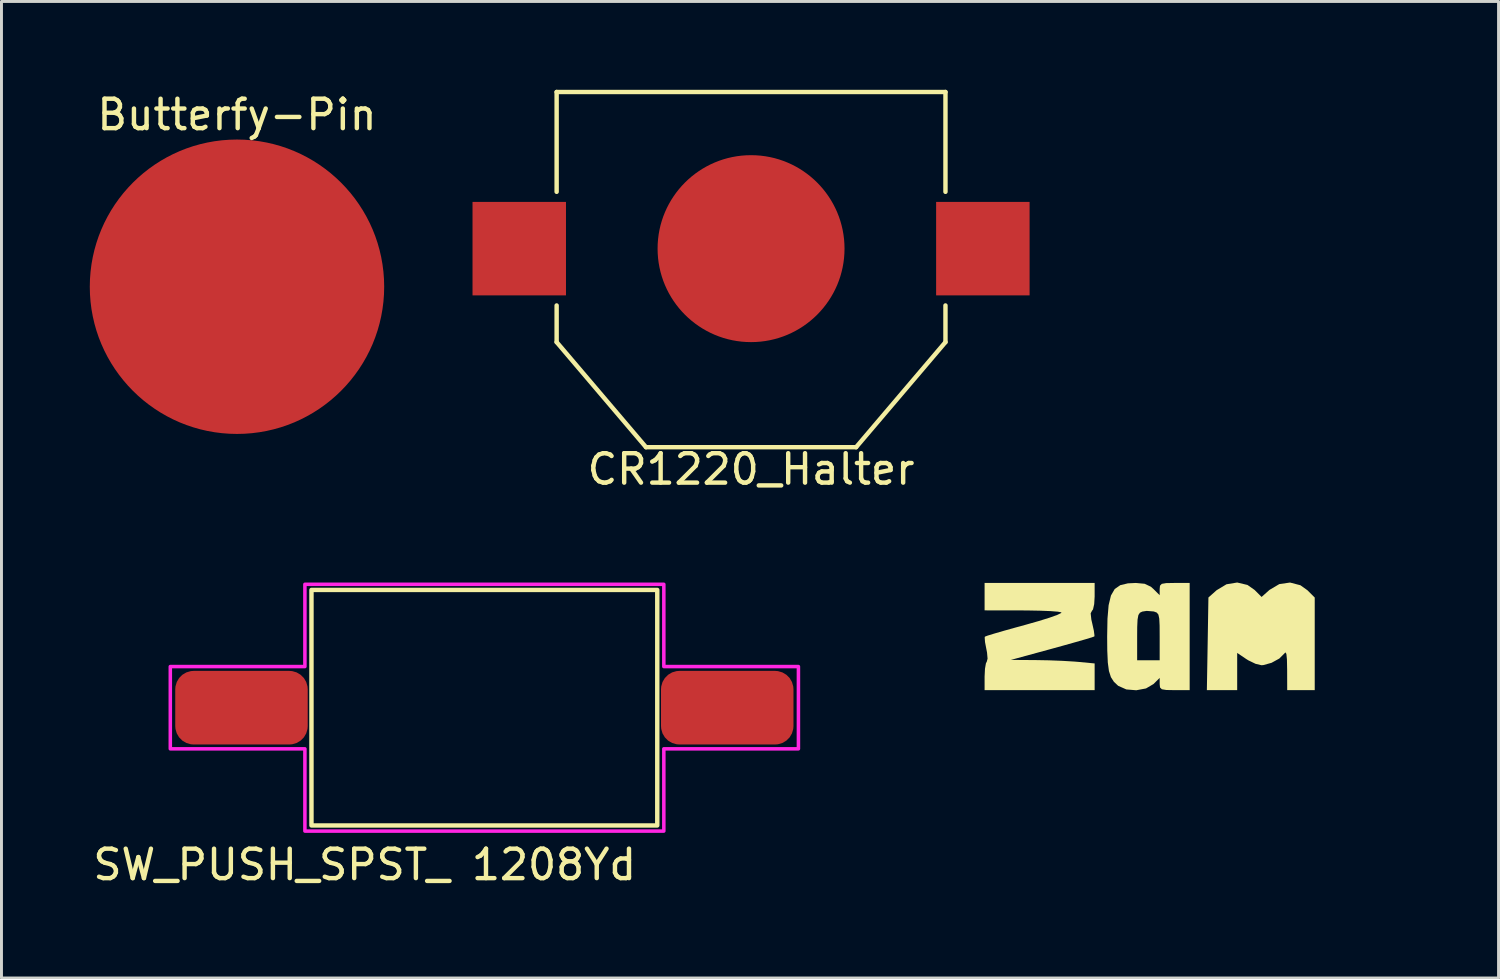
<source format=kicad_pcb>
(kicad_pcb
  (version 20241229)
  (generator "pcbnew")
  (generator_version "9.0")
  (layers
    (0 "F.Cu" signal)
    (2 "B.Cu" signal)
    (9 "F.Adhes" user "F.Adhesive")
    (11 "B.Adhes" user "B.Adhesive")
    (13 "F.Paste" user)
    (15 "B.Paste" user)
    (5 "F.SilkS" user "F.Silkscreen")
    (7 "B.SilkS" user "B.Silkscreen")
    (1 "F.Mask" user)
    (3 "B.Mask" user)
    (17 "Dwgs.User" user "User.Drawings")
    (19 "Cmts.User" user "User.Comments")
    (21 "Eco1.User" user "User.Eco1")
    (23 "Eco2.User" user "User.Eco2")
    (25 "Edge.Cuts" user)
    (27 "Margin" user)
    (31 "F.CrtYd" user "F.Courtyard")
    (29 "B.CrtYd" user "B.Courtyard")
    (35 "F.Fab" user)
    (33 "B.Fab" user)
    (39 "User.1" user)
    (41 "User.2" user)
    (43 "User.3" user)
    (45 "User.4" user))
  (footprint "Butterfy-Pin"
    (layer "F.Cu")
    (at 5 6.69)
    (property "Reference" "Butterfy-Pin" (at 0 -5.842 0) (unlocked yes) (layer "F.SilkS") (effects (font (size 1 1) (thickness 0.15))))
    (attr smd)
    (pad "1" smd circle (at 0 0) (size 10 10) (layers "F.Cu" "F.Mask" "F.Paste")))
  (footprint "SW_PUSH_SPST_ 1208Yd"
    (layer "F.Cu")
    (at 13.403 20.989)
    (property "Reference" "SW_PUSH_SPST_ 1208Yd" (at -4.064 5.334 0) (unlocked yes) (layer "F.SilkS") (effects (font (size 1 1) (thickness 0.15))))
    (attr smd)
    (fp_rect (start -5.873 -4) (end 5.873 4) (stroke (width 0.15) (type default)) (fill no) (layer "F.SilkS"))
    (fp_poly (pts (xy -10.668 -1.397) (xy -6.096 -1.397) (xy -6.096 -4.191) (xy 6.096 -4.191) (xy 6.096 -1.397) (xy 10.668 -1.397) (xy 10.668 1.397) (xy 6.096 1.397) (xy 6.096 4.191) (xy -6.096 4.191) (xy -6.096 1.397) (xy -10.668 1.397)) (stroke (width 0.12) (type solid)) (fill no) (layer "F.CrtYd"))
    (pad "1" smd roundrect (at -8.25 0) (size 4.5 2.5) (layers "F.Cu" "F.Mask" "F.Paste") (roundrect_rratio 0.25))
    (pad "2" smd roundrect (at 8.25 0) (size 4.5 2.5) (layers "F.Cu" "F.Mask" "F.Paste") (roundrect_rratio 0.25)))
  (footprint "ZAM_LOGO_440"
    (layer "F.Cu")
    (at 36.002 18.53)
    (property "Reference" "ZAM_LOGO_440" (at -0.01 3.05 0) (layer "User.1") (effects (font (size 1.524 1.524) (thickness 0.3))))
    (attr board_only exclude_from_pos_files exclude_from_bom)
    (fp_poly (pts (xy 3.323 -1.71) (xy 3.564 -1.541) (xy 3.802 -1.303) (xy 4.069 -1.541) (xy 4.403 -1.739) (xy 4.768 -1.792) (xy 5.121 -1.7) (xy 5.358 -1.531) (xy 5.607 -1.283) (xy 5.607 1.863) (xy 4.672 1.863) (xy 4.67 1.164) (xy 4.663 0.82) (xy 4.644 0.631) (xy 4.61 0.58) (xy 4.58 0.614) (xy 4.405 0.789) (xy 4.139 0.935) (xy 3.86 1.012) (xy 3.796 1.016) (xy 3.598 0.969) (xy 3.355 0.852) (xy 3.282 0.807) (xy 2.973 0.598) (xy 2.973 1.863) (xy 1.943 1.863) (xy 1.97 0.289) (xy 1.996 -1.284) (xy 2.274 -1.531) (xy 2.609 -1.733) (xy 2.973 -1.793)) (stroke (width 0) (type solid)) (fill yes) (layer "F.SilkS"))
    (fp_poly (pts (xy -1.869 -1.319) (xy -1.884 -1.06) (xy -1.924 -0.88) (xy -1.96 -0.831) (xy -2.004 -0.746) (xy -1.981 -0.534) (xy -1.949 -0.397) (xy -1.896 -0.158) (xy -1.875 0.003) (xy -1.879 0.039) (xy -1.968 0.071) (xy -2.193 0.139) (xy -2.528 0.235) (xy -2.944 0.352) (xy -3.313 0.454) (xy -4.715 0.836) (xy -3.865 0.842) (xy -3.419 0.85) (xy -2.959 0.868) (xy -2.563 0.892) (xy -2.442 0.902) (xy -1.869 0.956) (xy -1.869 1.863) (xy -5.607 1.863) (xy -5.607 1.402) (xy -5.594 1.138) (xy -5.562 0.951) (xy -5.533 0.896) (xy -5.506 0.794) (xy -5.524 0.586) (xy -5.547 0.468) (xy -5.592 0.233) (xy -5.604 0.076) (xy -5.596 0.046) (xy -5.505 0.011) (xy -5.277 -0.059) (xy -4.943 -0.156) (xy -4.53 -0.271) (xy -4.227 -0.354) (xy -3.769 -0.484) (xy -3.399 -0.599) (xy -3.137 -0.693) (xy -3.006 -0.757) (xy -2.999 -0.78) (xy -3.116 -0.802) (xy -3.371 -0.822) (xy -3.729 -0.836) (xy -4.159 -0.844) (xy -4.354 -0.845) (xy -5.607 -0.847) (xy -5.607 -1.778) (xy -1.869 -1.778)) (stroke (width 0) (type solid)) (fill yes) (layer "F.SilkS"))
    (fp_poly (pts (xy 1.359 1.863) (xy 0.849 1.863) (xy 0.567 1.858) (xy 0.414 1.833) (xy 0.352 1.772) (xy 0.34 1.659) (xy 0.34 1.655) (xy 0.34 1.447) (xy 0.131 1.655) (xy -0.124 1.805) (xy -0.455 1.867) (xy -0.793 1.839) (xy -1.067 1.717) (xy -1.073 1.713) (xy -1.215 1.579) (xy -1.316 1.422) (xy -1.383 1.214) (xy -1.422 0.923) (xy -1.425 0.847) (xy -0.425 0.847) (xy 0.34 0.847) (xy 0.34 0.044) (xy 0.338 -0.329) (xy 0.326 -0.567) (xy 0.297 -0.703) (xy 0.242 -0.771) (xy 0.153 -0.805) (xy 0.134 -0.81) (xy -0.102 -0.829) (xy -0.249 -0.806) (xy -0.331 -0.767) (xy -0.383 -0.688) (xy -0.411 -0.537) (xy -0.423 -0.28) (xy -0.425 0.048) (xy -0.425 0.847) (xy -1.425 0.847) (xy -1.44 0.519) (xy -1.444 0.044) (xy -1.433 -0.563) (xy -1.394 -1.022) (xy -1.315 -1.351) (xy -1.187 -1.572) (xy -0.998 -1.703) (xy -0.739 -1.765) (xy -0.469 -1.778) (xy -0.17 -1.75) (xy 0.041 -1.65) (xy 0.131 -1.57) (xy 0.34 -1.362) (xy 0.34 -1.57) (xy 0.351 -1.685) (xy 0.412 -1.748) (xy 0.561 -1.773) (xy 0.839 -1.778) (xy 0.849 -1.778) (xy 1.359 -1.778)) (stroke (width 0) (type solid)) (fill yes) (layer "F.SilkS")))
  (footprint "CR1220_Halter"
    (layer "F.Cu")
    (at 22.462 5.396)
    (property "Reference" "CR1220_Halter" (at 0 7.493 0) (layer "F.SilkS") (effects (font (size 1 1) (thickness 0.15))))
    (attr through_hole)
    (fp_line (start -6.604 -5.321) (end -6.604 -1.93) (stroke (width 0.15) (type solid)) (layer "F.SilkS"))
    (fp_line (start -6.604 -5.321) (end 6.604 -5.321) (stroke (width 0.15) (type solid)) (layer "F.SilkS"))
    (fp_line (start -6.604 1.93) (end -6.604 3.175) (stroke (width 0.15) (type solid)) (layer "F.SilkS"))
    (fp_line (start -6.604 3.175) (end -3.569 6.744) (stroke (width 0.15) (type solid)) (layer "F.SilkS"))
    (fp_line (start -3.569 6.744) (end 3.569 6.744) (stroke (width 0.15) (type solid)) (layer "F.SilkS"))
    (fp_line (start 6.604 -5.321) (end 6.604 -1.93) (stroke (width 0.15) (type solid)) (layer "F.SilkS"))
    (fp_line (start 6.604 1.93) (end 6.604 3.175) (stroke (width 0.15) (type solid)) (layer "F.SilkS"))
    (fp_line (start 6.604 3.175) (end 3.569 6.744) (stroke (width 0.15) (type solid)) (layer "F.SilkS"))
    (pad "1" smd rect (at -7.874 0) (size 3.175 3.175) (layers "F.Cu" "F.Mask" "F.Paste"))
    (pad "1" smd rect (at 7.874 0) (size 3.175 3.175) (layers "F.Cu" "F.Mask" "F.Paste"))
    (pad "2" smd circle (at 0 0) (size 6.35 6.35) (layers "F.Cu" "F.Mask" "F.Paste")))
  (gr_rect
    (start -3 -3)
    (end 47.853 30.171)
    (stroke (width 0.1) (type default))
    (fill no)
    (layer "Edge.Cuts")))
</source>
